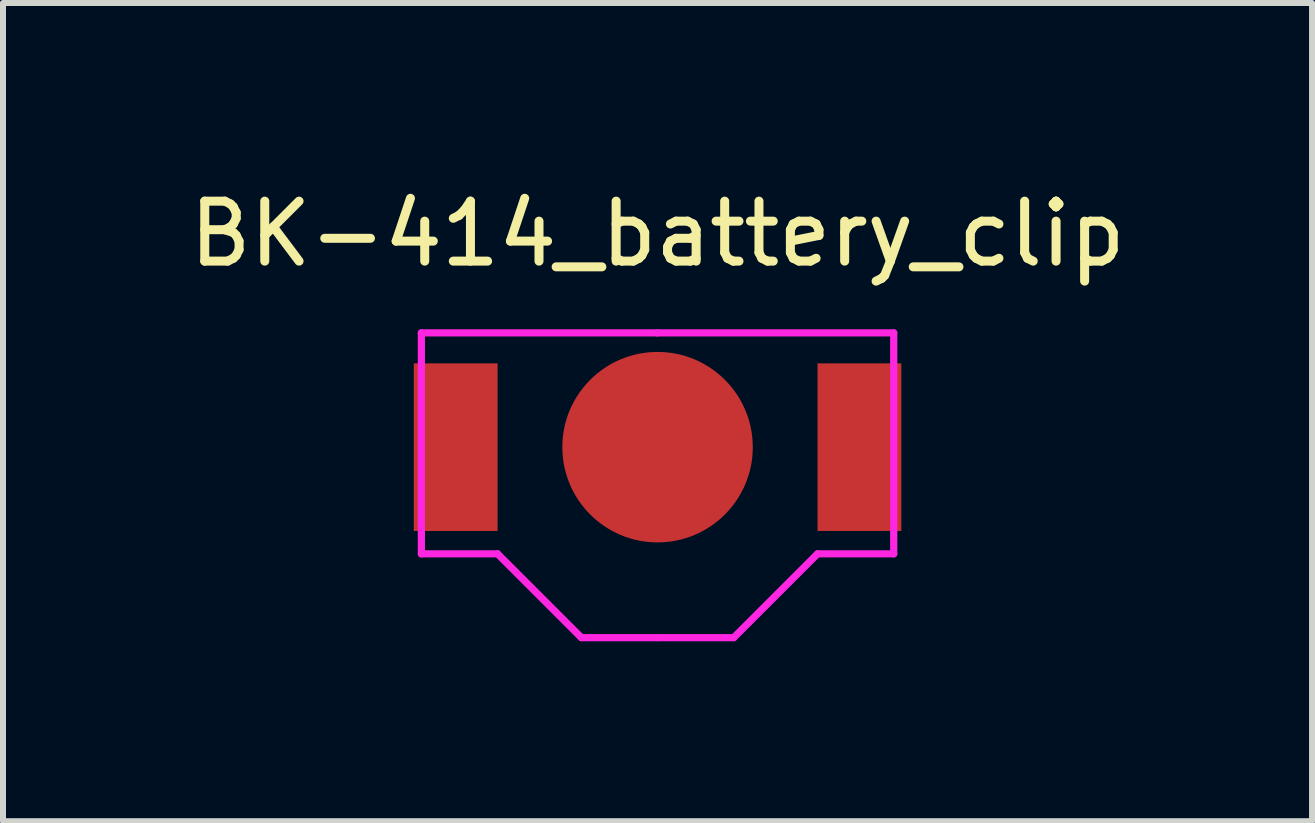
<source format=kicad_pcb>
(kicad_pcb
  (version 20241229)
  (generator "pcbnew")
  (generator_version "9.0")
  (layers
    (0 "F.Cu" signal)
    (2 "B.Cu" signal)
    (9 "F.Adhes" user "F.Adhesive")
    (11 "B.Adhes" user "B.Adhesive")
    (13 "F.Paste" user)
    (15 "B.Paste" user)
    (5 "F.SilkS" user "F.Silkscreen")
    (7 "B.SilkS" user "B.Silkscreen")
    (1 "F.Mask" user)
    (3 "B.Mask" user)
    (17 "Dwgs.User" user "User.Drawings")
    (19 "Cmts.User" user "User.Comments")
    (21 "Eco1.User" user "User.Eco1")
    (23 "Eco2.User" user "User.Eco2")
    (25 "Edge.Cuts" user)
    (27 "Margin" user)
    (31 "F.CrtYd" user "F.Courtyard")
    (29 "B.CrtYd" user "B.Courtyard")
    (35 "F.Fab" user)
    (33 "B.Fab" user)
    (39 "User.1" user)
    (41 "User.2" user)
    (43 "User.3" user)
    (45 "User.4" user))
  (footprint "BK-414_battery_clip"
    (layer "F.Cu")
    (at 7.911 4.404)
    (property "Reference" "BK-414_battery_clip" (at 0 -3.556 0) (layer "F.SilkS") (effects (font (size 1 1) (thickness 0.15))))
    (attr through_hole)
    (fp_line (start -3.937 -1.905) (end -3.937 1.778) (stroke (width 0.12) (type solid)) (layer "F.CrtYd"))
    (fp_line (start -3.937 -1.905) (end 0 -1.905) (stroke (width 0.12) (type solid)) (layer "F.CrtYd"))
    (fp_line (start -2.667 1.778) (end -3.937 1.778) (stroke (width 0.12) (type solid)) (layer "F.CrtYd"))
    (fp_line (start -1.27 3.175) (end -2.667 1.778) (stroke (width 0.12) (type solid)) (layer "F.CrtYd"))
    (fp_line (start 0 -1.905) (end 3.937 -1.905) (stroke (width 0.12) (type solid)) (layer "F.CrtYd"))
    (fp_line (start 0 3.175) (end -1.27 3.175) (stroke (width 0.12) (type solid)) (layer "F.CrtYd"))
    (fp_line (start 1.27 3.175) (end 0 3.175) (stroke (width 0.12) (type solid)) (layer "F.CrtYd"))
    (fp_line (start 2.667 1.778) (end 1.27 3.175) (stroke (width 0.12) (type solid)) (layer "F.CrtYd"))
    (fp_line (start 3.937 -1.905) (end 3.937 1.778) (stroke (width 0.12) (type solid)) (layer "F.CrtYd"))
    (fp_line (start 3.937 1.778) (end 2.667 1.778) (stroke (width 0.12) (type solid)) (layer "F.CrtYd"))
    (pad "1" smd circle (at 0 0) (size 3.175 3.175) (layers "F.Cu" "F.Mask" "F.Paste"))
    (pad "2" smd rect (at -3.365 0) (size 1.397 2.794) (layers "F.Cu" "F.Mask" "F.Paste"))
    (pad "3" smd rect (at 3.365 0) (size 1.397 2.794) (layers "F.Cu" "F.Mask" "F.Paste")))
  (gr_rect
    (start -3 -3)
    (end 18.821 10.639)
    (stroke (width 0.1) (type default))
    (fill no)
    (layer "Edge.Cuts")))
</source>
